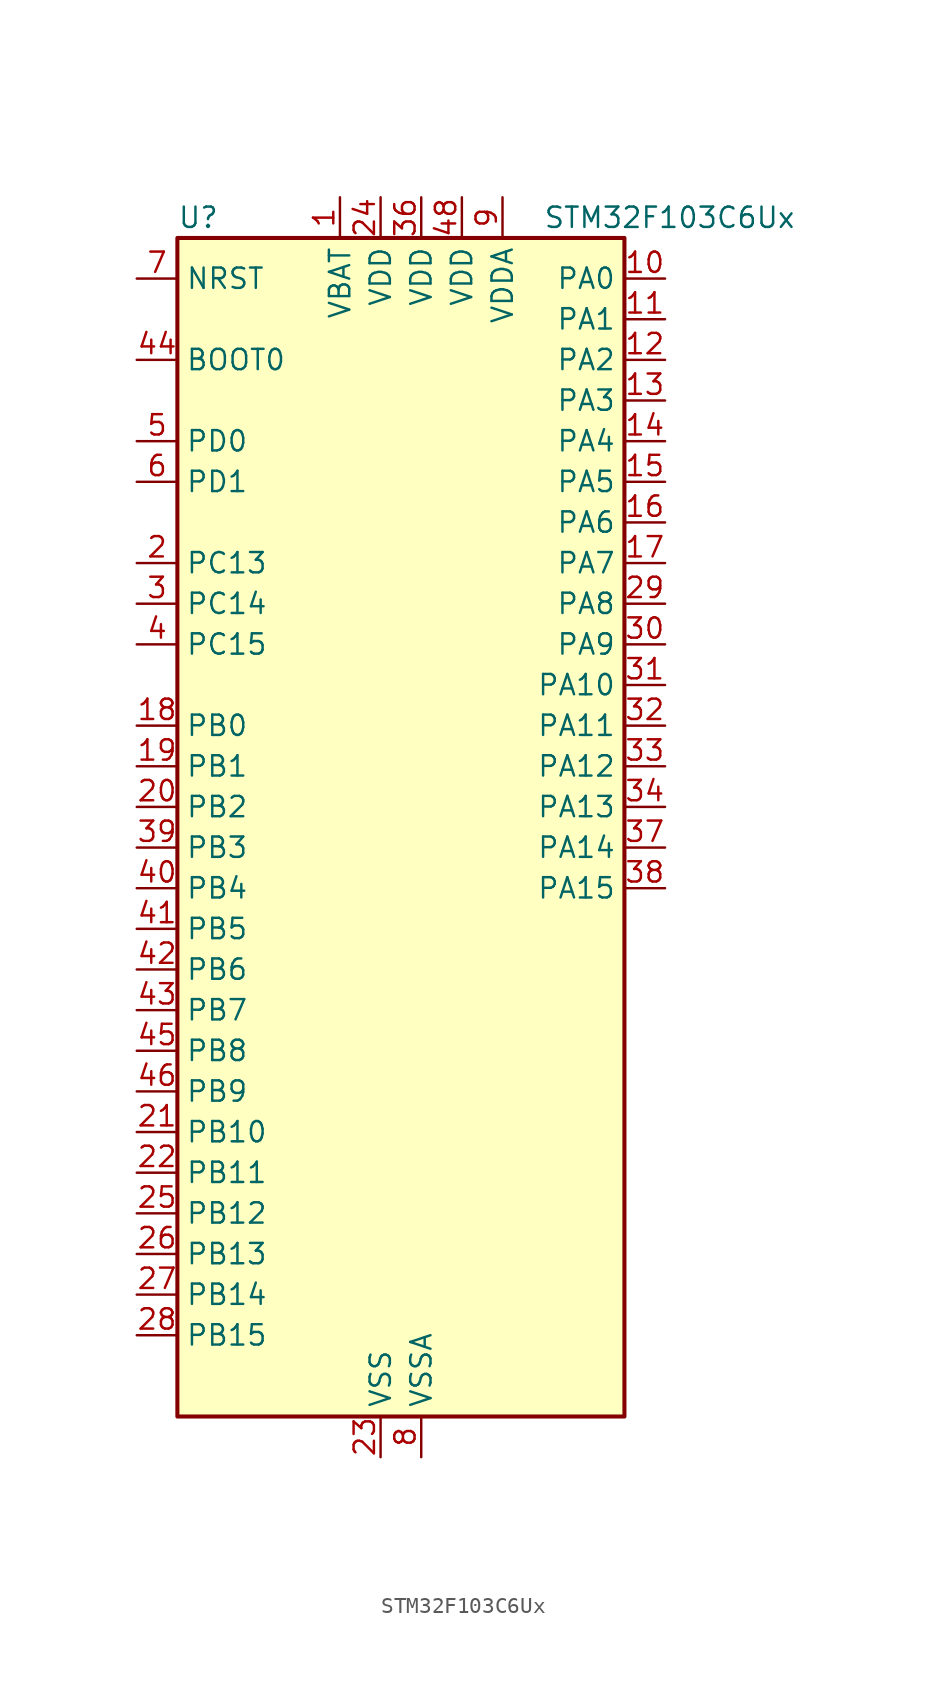
<source format=kicad_sym>
(kicad_symbol_lib
  (version 20231120)
  (generator "kicad_symbol_editor")
  (generator_version "8.0")
  (symbol "STM32F103C6Ux"
    (property "Reference" "U"
      (at -12.7 39.37 0)
      (effects (font (size 1.27 1.27)) (justify left)))
    (property "Value" "STM32F103C6Ux"
      (at 10.16 39.37 0)
      (effects (font (size 1.27 1.27)) (justify left)))
    (property "ki_locked" ""
      (at 0 0 0)
      (effects (font (size 1.27 1.27))))
    (symbol "STM32F103C6Ux_0_1"
      (rectangle (start -12.7 -35.56) (end 15.24 38.1) (stroke (width 0.254) (type default)) (fill (type background))))
    (symbol "STM32F103C6Ux_1_1"
      (pin power_in line (at -2.54 40.64 270) (length 2.54) (name "VBAT" (effects (font (size 1.27 1.27)))) (number "1" (effects (font (size 1.27 1.27)))))
      (pin bidirectional line (at 17.78 35.56 180) (length 2.54) (name "PA0" (effects (font (size 1.27 1.27)))) (number "10" (effects (font (size 1.27 1.27)))) (alternate "ADC1_IN0" bidirectional line) (alternate "ADC2_IN0" bidirectional line) (alternate "SYS_WKUP" bidirectional line) (alternate "TIM2_CH1" bidirectional line) (alternate "TIM2_ETR" bidirectional line) (alternate "USART2_CTS" bidirectional line))
      (pin bidirectional line (at 17.78 33.02 180) (length 2.54) (name "PA1" (effects (font (size 1.27 1.27)))) (number "11" (effects (font (size 1.27 1.27)))) (alternate "ADC1_IN1" bidirectional line) (alternate "ADC2_IN1" bidirectional line) (alternate "TIM2_CH2" bidirectional line) (alternate "USART2_RTS" bidirectional line))
      (pin bidirectional line (at 17.78 30.48 180) (length 2.54) (name "PA2" (effects (font (size 1.27 1.27)))) (number "12" (effects (font (size 1.27 1.27)))) (alternate "ADC1_IN2" bidirectional line) (alternate "ADC2_IN2" bidirectional line) (alternate "TIM2_CH3" bidirectional line) (alternate "USART2_TX" bidirectional line))
      (pin bidirectional line (at 17.78 27.94 180) (length 2.54) (name "PA3" (effects (font (size 1.27 1.27)))) (number "13" (effects (font (size 1.27 1.27)))) (alternate "ADC1_IN3" bidirectional line) (alternate "ADC2_IN3" bidirectional line) (alternate "TIM2_CH4" bidirectional line) (alternate "USART2_RX" bidirectional line))
      (pin bidirectional line (at 17.78 25.4 180) (length 2.54) (name "PA4" (effects (font (size 1.27 1.27)))) (number "14" (effects (font (size 1.27 1.27)))) (alternate "ADC1_IN4" bidirectional line) (alternate "ADC2_IN4" bidirectional line) (alternate "SPI1_NSS" bidirectional line) (alternate "USART2_CK" bidirectional line))
      (pin bidirectional line (at 17.78 22.86 180) (length 2.54) (name "PA5" (effects (font (size 1.27 1.27)))) (number "15" (effects (font (size 1.27 1.27)))) (alternate "ADC1_IN5" bidirectional line) (alternate "ADC2_IN5" bidirectional line) (alternate "SPI1_SCK" bidirectional line))
      (pin bidirectional line (at 17.78 20.32 180) (length 2.54) (name "PA6" (effects (font (size 1.27 1.27)))) (number "16" (effects (font (size 1.27 1.27)))) (alternate "ADC1_IN6" bidirectional line) (alternate "ADC2_IN6" bidirectional line) (alternate "SPI1_MISO" bidirectional line) (alternate "TIM1_BKIN" bidirectional line) (alternate "TIM3_CH1" bidirectional line))
      (pin bidirectional line (at 17.78 17.78 180) (length 2.54) (name "PA7" (effects (font (size 1.27 1.27)))) (number "17" (effects (font (size 1.27 1.27)))) (alternate "ADC1_IN7" bidirectional line) (alternate "ADC2_IN7" bidirectional line) (alternate "SPI1_MOSI" bidirectional line) (alternate "TIM1_CH1N" bidirectional line) (alternate "TIM3_CH2" bidirectional line))
      (pin bidirectional line (at -15.24 7.62 0) (length 2.54) (name "PB0" (effects (font (size 1.27 1.27)))) (number "18" (effects (font (size 1.27 1.27)))) (alternate "ADC1_IN8" bidirectional line) (alternate "ADC2_IN8" bidirectional line) (alternate "TIM1_CH2N" bidirectional line) (alternate "TIM3_CH3" bidirectional line))
      (pin bidirectional line (at -15.24 5.08 0) (length 2.54) (name "PB1" (effects (font (size 1.27 1.27)))) (number "19" (effects (font (size 1.27 1.27)))) (alternate "ADC1_IN9" bidirectional line) (alternate "ADC2_IN9" bidirectional line) (alternate "TIM1_CH3N" bidirectional line) (alternate "TIM3_CH4" bidirectional line))
      (pin bidirectional line (at -15.24 17.78 0) (length 2.54) (name "PC13" (effects (font (size 1.27 1.27)))) (number "2" (effects (font (size 1.27 1.27)))) (alternate "RTC_OUT" bidirectional line) (alternate "RTC_TAMPER" bidirectional line))
      (pin bidirectional line (at -15.24 2.54 0) (length 2.54) (name "PB2" (effects (font (size 1.27 1.27)))) (number "20" (effects (font (size 1.27 1.27)))))
      (pin bidirectional line (at -15.24 -17.78 0) (length 2.54) (name "PB10" (effects (font (size 1.27 1.27)))) (number "21" (effects (font (size 1.27 1.27)))) (alternate "TIM2_CH3" bidirectional line))
      (pin bidirectional line (at -15.24 -20.32 0) (length 2.54) (name "PB11" (effects (font (size 1.27 1.27)))) (number "22" (effects (font (size 1.27 1.27)))) (alternate "ADC1_EXTI11" bidirectional line) (alternate "ADC2_EXTI11" bidirectional line) (alternate "TIM2_CH4" bidirectional line))
      (pin power_in line (at 0 -38.1 90) (length 2.54) (name "VSS" (effects (font (size 1.27 1.27)))) (number "23" (effects (font (size 1.27 1.27)))))
      (pin power_in line (at 0 40.64 270) (length 2.54) (name "VDD" (effects (font (size 1.27 1.27)))) (number "24" (effects (font (size 1.27 1.27)))))
      (pin bidirectional line (at -15.24 -22.86 0) (length 2.54) (name "PB12" (effects (font (size 1.27 1.27)))) (number "25" (effects (font (size 1.27 1.27)))) (alternate "TIM1_BKIN" bidirectional line))
      (pin bidirectional line (at -15.24 -25.4 0) (length 2.54) (name "PB13" (effects (font (size 1.27 1.27)))) (number "26" (effects (font (size 1.27 1.27)))) (alternate "TIM1_CH1N" bidirectional line))
      (pin bidirectional line (at -15.24 -27.94 0) (length 2.54) (name "PB14" (effects (font (size 1.27 1.27)))) (number "27" (effects (font (size 1.27 1.27)))) (alternate "TIM1_CH2N" bidirectional line))
      (pin bidirectional line (at -15.24 -30.48 0) (length 2.54) (name "PB15" (effects (font (size 1.27 1.27)))) (number "28" (effects (font (size 1.27 1.27)))) (alternate "ADC1_EXTI15" bidirectional line) (alternate "ADC2_EXTI15" bidirectional line) (alternate "TIM1_CH3N" bidirectional line))
      (pin bidirectional line (at 17.78 15.24 180) (length 2.54) (name "PA8" (effects (font (size 1.27 1.27)))) (number "29" (effects (font (size 1.27 1.27)))) (alternate "RCC_MCO" bidirectional line) (alternate "TIM1_CH1" bidirectional line) (alternate "USART1_CK" bidirectional line))
      (pin bidirectional line (at -15.24 15.24 0) (length 2.54) (name "PC14" (effects (font (size 1.27 1.27)))) (number "3" (effects (font (size 1.27 1.27)))) (alternate "RCC_OSC32_IN" bidirectional line))
      (pin bidirectional line (at 17.78 12.7 180) (length 2.54) (name "PA9" (effects (font (size 1.27 1.27)))) (number "30" (effects (font (size 1.27 1.27)))) (alternate "TIM1_CH2" bidirectional line) (alternate "USART1_TX" bidirectional line))
      (pin bidirectional line (at 17.78 10.16 180) (length 2.54) (name "PA10" (effects (font (size 1.27 1.27)))) (number "31" (effects (font (size 1.27 1.27)))) (alternate "TIM1_CH3" bidirectional line) (alternate "USART1_RX" bidirectional line))
      (pin bidirectional line (at 17.78 7.62 180) (length 2.54) (name "PA11" (effects (font (size 1.27 1.27)))) (number "32" (effects (font (size 1.27 1.27)))) (alternate "ADC1_EXTI11" bidirectional line) (alternate "ADC2_EXTI11" bidirectional line) (alternate "CAN_RX" bidirectional line) (alternate "TIM1_CH4" bidirectional line) (alternate "USART1_CTS" bidirectional line) (alternate "USB_DM" bidirectional line))
      (pin bidirectional line (at 17.78 5.08 180) (length 2.54) (name "PA12" (effects (font (size 1.27 1.27)))) (number "33" (effects (font (size 1.27 1.27)))) (alternate "CAN_TX" bidirectional line) (alternate "TIM1_ETR" bidirectional line) (alternate "USART1_RTS" bidirectional line) (alternate "USB_DP" bidirectional line))
      (pin bidirectional line (at 17.78 2.54 180) (length 2.54) (name "PA13" (effects (font (size 1.27 1.27)))) (number "34" (effects (font (size 1.27 1.27)))) (alternate "SYS_JTMS-SWDIO" bidirectional line))
      (pin passive line (at 0 -38.1 90) (length 2.54) hide (name "VSS" (effects (font (size 1.27 1.27)))) (number "35" (effects (font (size 1.27 1.27)))))
      (pin power_in line (at 2.54 40.64 270) (length 2.54) (name "VDD" (effects (font (size 1.27 1.27)))) (number "36" (effects (font (size 1.27 1.27)))))
      (pin bidirectional line (at 17.78 0 180) (length 2.54) (name "PA14" (effects (font (size 1.27 1.27)))) (number "37" (effects (font (size 1.27 1.27)))) (alternate "SYS_JTCK-SWCLK" bidirectional line))
      (pin bidirectional line (at 17.78 -2.54 180) (length 2.54) (name "PA15" (effects (font (size 1.27 1.27)))) (number "38" (effects (font (size 1.27 1.27)))) (alternate "ADC1_EXTI15" bidirectional line) (alternate "ADC2_EXTI15" bidirectional line) (alternate "SPI1_NSS" bidirectional line) (alternate "SYS_JTDI" bidirectional line) (alternate "TIM2_CH1" bidirectional line) (alternate "TIM2_ETR" bidirectional line))
      (pin bidirectional line (at -15.24 0 0) (length 2.54) (name "PB3" (effects (font (size 1.27 1.27)))) (number "39" (effects (font (size 1.27 1.27)))) (alternate "SPI1_SCK" bidirectional line) (alternate "SYS_JTDO-TRACESWO" bidirectional line) (alternate "TIM2_CH2" bidirectional line))
      (pin bidirectional line (at -15.24 12.7 0) (length 2.54) (name "PC15" (effects (font (size 1.27 1.27)))) (number "4" (effects (font (size 1.27 1.27)))) (alternate "ADC1_EXTI15" bidirectional line) (alternate "ADC2_EXTI15" bidirectional line) (alternate "RCC_OSC32_OUT" bidirectional line))
      (pin bidirectional line (at -15.24 -2.54 0) (length 2.54) (name "PB4" (effects (font (size 1.27 1.27)))) (number "40" (effects (font (size 1.27 1.27)))) (alternate "SPI1_MISO" bidirectional line) (alternate "SYS_NJTRST" bidirectional line) (alternate "TIM3_CH1" bidirectional line))
      (pin bidirectional line (at -15.24 -5.08 0) (length 2.54) (name "PB5" (effects (font (size 1.27 1.27)))) (number "41" (effects (font (size 1.27 1.27)))) (alternate "I2C1_SMBA" bidirectional line) (alternate "SPI1_MOSI" bidirectional line) (alternate "TIM3_CH2" bidirectional line))
      (pin bidirectional line (at -15.24 -7.62 0) (length 2.54) (name "PB6" (effects (font (size 1.27 1.27)))) (number "42" (effects (font (size 1.27 1.27)))) (alternate "I2C1_SCL" bidirectional line) (alternate "USART1_TX" bidirectional line))
      (pin bidirectional line (at -15.24 -10.16 0) (length 2.54) (name "PB7" (effects (font (size 1.27 1.27)))) (number "43" (effects (font (size 1.27 1.27)))) (alternate "I2C1_SDA" bidirectional line) (alternate "USART1_RX" bidirectional line))
      (pin input line (at -15.24 30.48 0) (length 2.54) (name "BOOT0" (effects (font (size 1.27 1.27)))) (number "44" (effects (font (size 1.27 1.27)))))
      (pin bidirectional line (at -15.24 -12.7 0) (length 2.54) (name "PB8" (effects (font (size 1.27 1.27)))) (number "45" (effects (font (size 1.27 1.27)))) (alternate "CAN_RX" bidirectional line) (alternate "I2C1_SCL" bidirectional line))
      (pin bidirectional line (at -15.24 -15.24 0) (length 2.54) (name "PB9" (effects (font (size 1.27 1.27)))) (number "46" (effects (font (size 1.27 1.27)))) (alternate "CAN_TX" bidirectional line) (alternate "I2C1_SDA" bidirectional line))
      (pin passive line (at 0 -38.1 90) (length 2.54) hide (name "VSS" (effects (font (size 1.27 1.27)))) (number "47" (effects (font (size 1.27 1.27)))))
      (pin power_in line (at 5.08 40.64 270) (length 2.54) (name "VDD" (effects (font (size 1.27 1.27)))) (number "48" (effects (font (size 1.27 1.27)))))
      (pin passive line (at 0 -38.1 90) (length 2.54) hide (name "VSS" (effects (font (size 1.27 1.27)))) (number "49" (effects (font (size 1.27 1.27)))))
      (pin bidirectional line (at -15.24 25.4 0) (length 2.54) (name "PD0" (effects (font (size 1.27 1.27)))) (number "5" (effects (font (size 1.27 1.27)))) (alternate "RCC_OSC_IN" bidirectional line))
      (pin bidirectional line (at -15.24 22.86 0) (length 2.54) (name "PD1" (effects (font (size 1.27 1.27)))) (number "6" (effects (font (size 1.27 1.27)))) (alternate "RCC_OSC_OUT" bidirectional line))
      (pin input line (at -15.24 35.56 0) (length 2.54) (name "NRST" (effects (font (size 1.27 1.27)))) (number "7" (effects (font (size 1.27 1.27)))))
      (pin power_in line (at 2.54 -38.1 90) (length 2.54) (name "VSSA" (effects (font (size 1.27 1.27)))) (number "8" (effects (font (size 1.27 1.27)))))
      (pin power_in line (at 7.62 40.64 270) (length 2.54) (name "VDDA" (effects (font (size 1.27 1.27)))) (number "9" (effects (font (size 1.27 1.27))))))))
</source>
